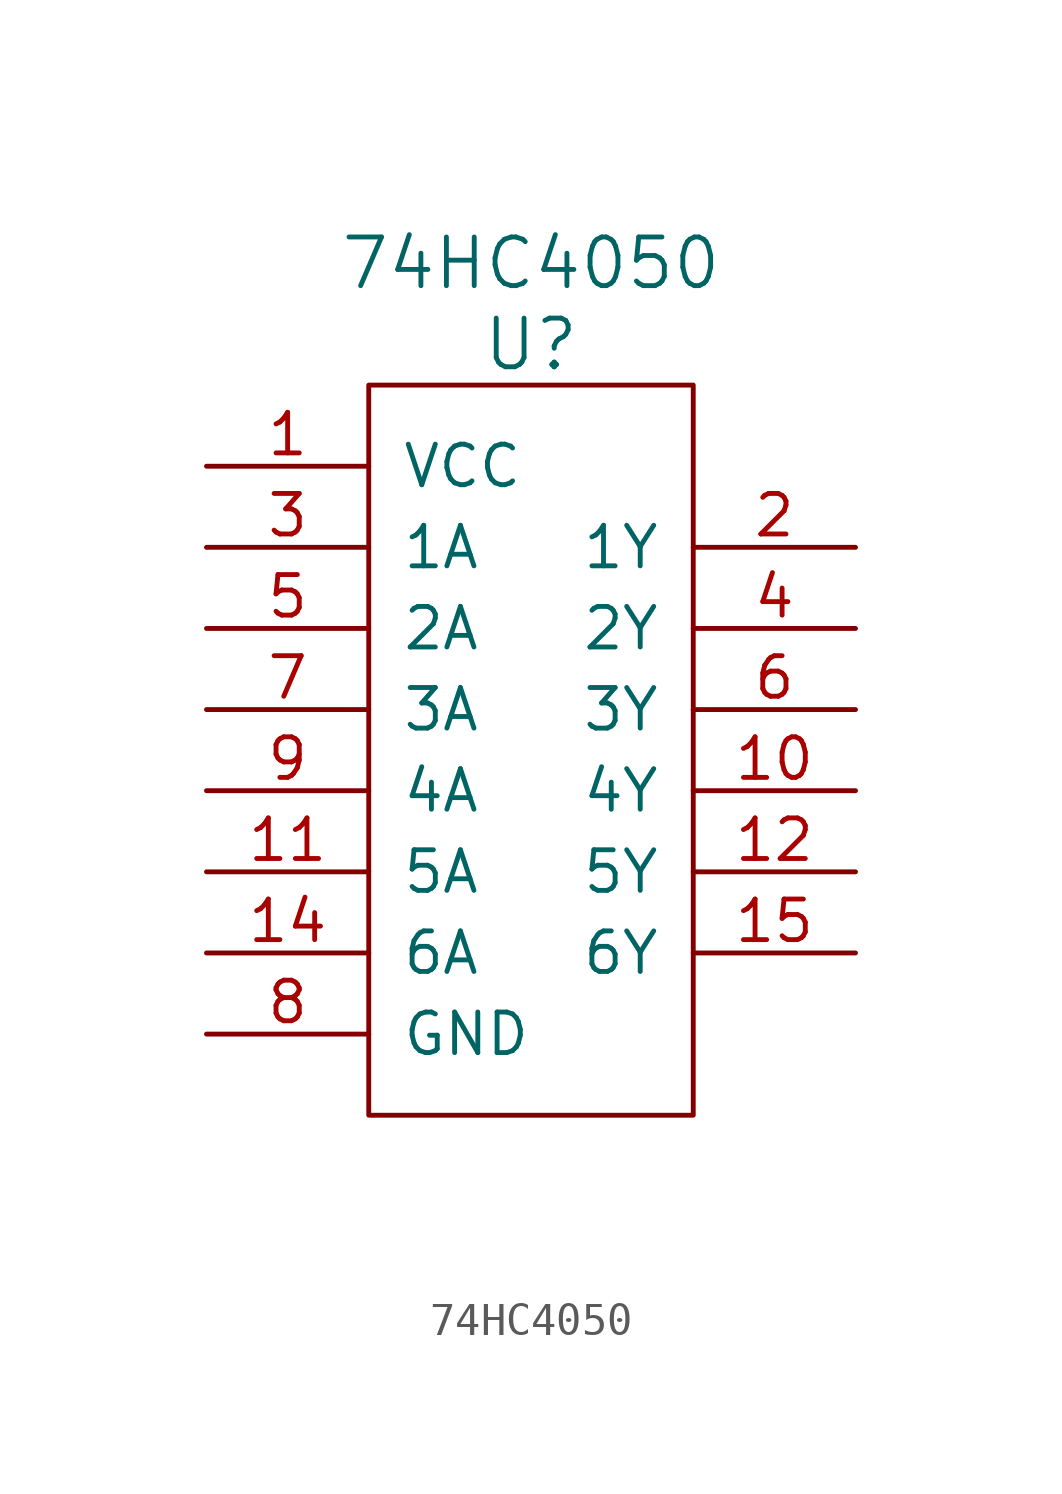
<source format=kicad_sym>
(kicad_symbol_lib
  (version 20231120)
  (generator "kicad_symbol_editor")
  (generator_version "8.0")
  (symbol "74HC4050"
    (pin_names
      (offset 1.016))
    (property "Reference" "U"
      (at 0 12.7 0)
      (effects (font (size 1.524 1.524))))
    (property "Value" "74HC4050"
      (at 0 15.24 0)
      (effects (font (size 1.524 1.524))))
    (symbol "74HC4050_0_1"
      (rectangle (start -5.08 11.43) (end 5.08 -11.43) (stroke (width 0) (type solid)) (fill (type none))))
    (symbol "74HC4050_1_1"
      (pin power_in line (at -10.16 8.89 0) (length 5.08) (name "VCC" (effects (font (size 1.27 1.27)))) (number "1" (effects (font (size 1.27 1.27)))))
      (pin output line (at 10.16 -1.27 180) (length 5.08) (name "4Y" (effects (font (size 1.27 1.27)))) (number "10" (effects (font (size 1.27 1.27)))))
      (pin input line (at -10.16 -3.81 0) (length 5.08) (name "5A" (effects (font (size 1.27 1.27)))) (number "11" (effects (font (size 1.27 1.27)))))
      (pin output line (at 10.16 -3.81 180) (length 5.08) (name "5Y" (effects (font (size 1.27 1.27)))) (number "12" (effects (font (size 1.27 1.27)))))
      (pin no_connect line (at 1.27 -13.97 90) (length 2.54) hide (name "nc" (effects (font (size 1.27 1.27)))) (number "13" (effects (font (size 1.27 1.27)))))
      (pin input line (at -10.16 -6.35 0) (length 5.08) (name "6A" (effects (font (size 1.27 1.27)))) (number "14" (effects (font (size 1.27 1.27)))))
      (pin output line (at 10.16 -6.35 180) (length 5.08) (name "6Y" (effects (font (size 1.27 1.27)))) (number "15" (effects (font (size 1.27 1.27)))))
      (pin no_connect line (at 3.81 -13.97 90) (length 2.54) hide (name "nc" (effects (font (size 1.27 1.27)))) (number "16" (effects (font (size 1.27 1.27)))))
      (pin output line (at 10.16 6.35 180) (length 5.08) (name "1Y" (effects (font (size 1.27 1.27)))) (number "2" (effects (font (size 1.27 1.27)))))
      (pin input line (at -10.16 6.35 0) (length 5.08) (name "1A" (effects (font (size 1.27 1.27)))) (number "3" (effects (font (size 1.27 1.27)))))
      (pin output line (at 10.16 3.81 180) (length 5.08) (name "2Y" (effects (font (size 1.27 1.27)))) (number "4" (effects (font (size 1.27 1.27)))))
      (pin input line (at -10.16 3.81 0) (length 5.08) (name "2A" (effects (font (size 1.27 1.27)))) (number "5" (effects (font (size 1.27 1.27)))))
      (pin output line (at 10.16 1.27 180) (length 5.08) (name "3Y" (effects (font (size 1.27 1.27)))) (number "6" (effects (font (size 1.27 1.27)))))
      (pin input line (at -10.16 1.27 0) (length 5.08) (name "3A" (effects (font (size 1.27 1.27)))) (number "7" (effects (font (size 1.27 1.27)))))
      (pin power_in line (at -10.16 -8.89 0) (length 5.08) (name "GND" (effects (font (size 1.27 1.27)))) (number "8" (effects (font (size 1.27 1.27)))))
      (pin input line (at -10.16 -1.27 0) (length 5.08) (name "4A" (effects (font (size 1.27 1.27)))) (number "9" (effects (font (size 1.27 1.27))))))))
</source>
